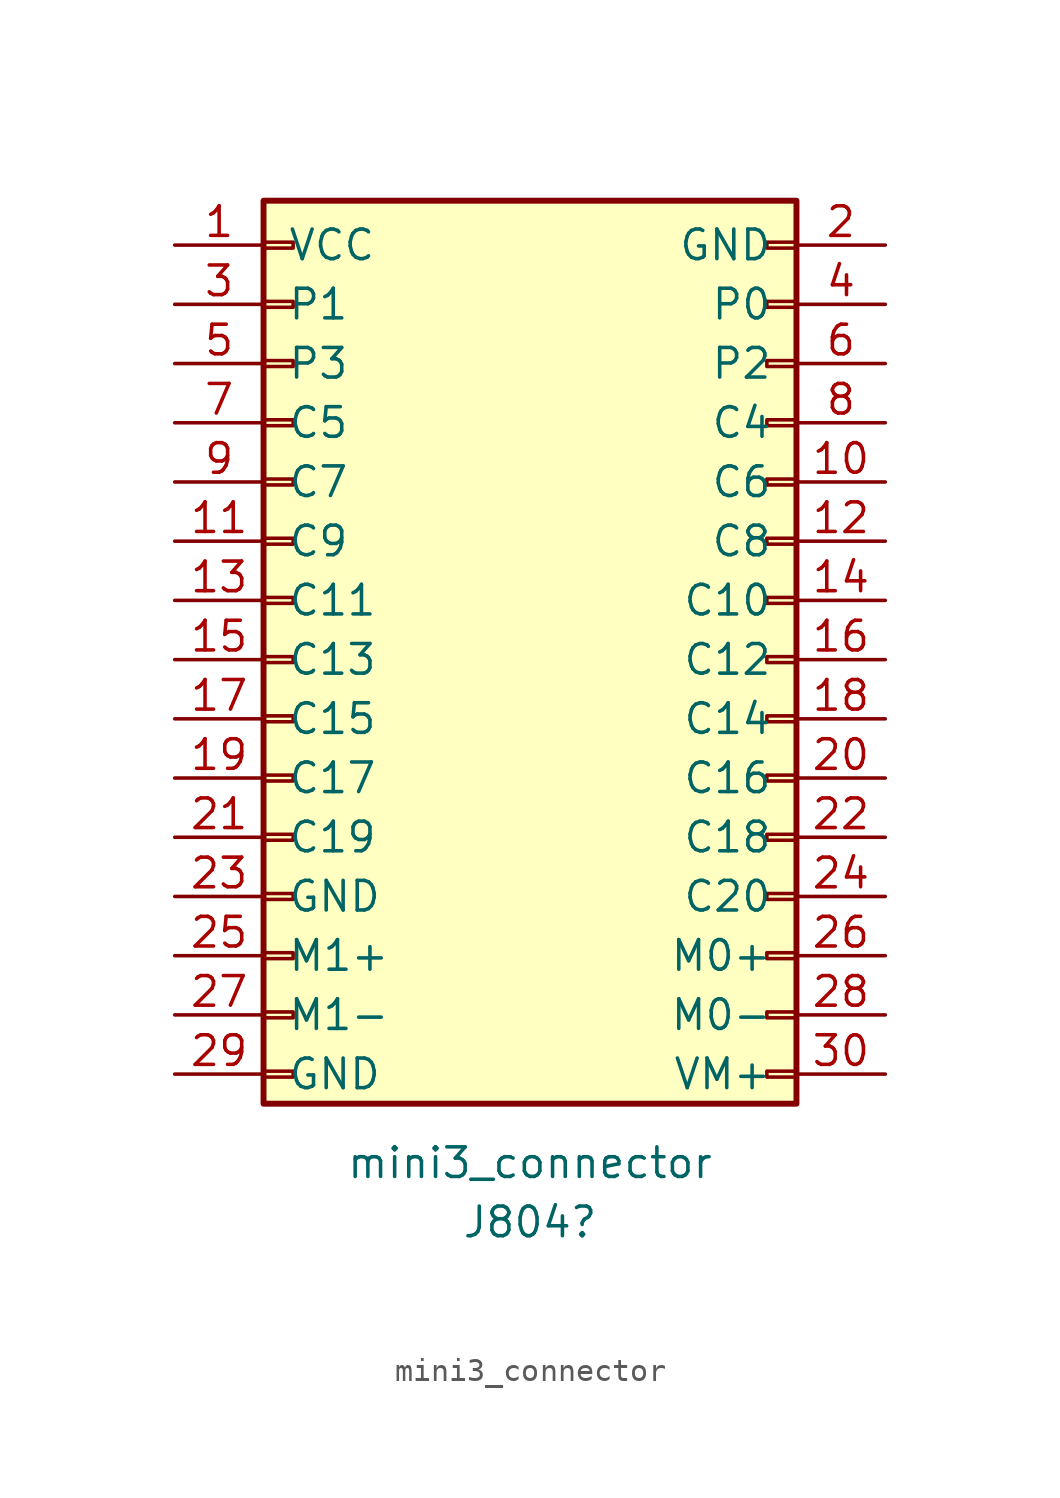
<source format=kicad_sym>
(kicad_symbol_lib
  (version 20211014)
  (generator kicad_symbol_editor)
  (symbol "mini3_connector"
    (pin_names
      (offset 1.016))
    (property "Reference" "J804"
      (at 1.27 -24.13 0)
      (effects (font (size 1.27 1.27))))
    (property "Value" "mini3_connector"
      (at 1.27 -21.59 0)
      (effects (font (size 1.27 1.27))))
    (symbol "mini3_connector_1_1"
      (rectangle (start -10.16 -17.653) (end -8.89 -17.907) (stroke (width 0.152) (type default) (color 0 0 0 0)) (fill (type none)))
      (rectangle (start -10.16 -15.113) (end -8.89 -15.367) (stroke (width 0.152) (type default) (color 0 0 0 0)) (fill (type none)))
      (rectangle (start -10.16 -12.573) (end -8.89 -12.827) (stroke (width 0.152) (type default) (color 0 0 0 0)) (fill (type none)))
      (rectangle (start -10.16 -10.033) (end -8.89 -10.287) (stroke (width 0.152) (type default) (color 0 0 0 0)) (fill (type none)))
      (rectangle (start -10.16 -7.493) (end -8.89 -7.747) (stroke (width 0.152) (type default) (color 0 0 0 0)) (fill (type none)))
      (rectangle (start -10.16 -4.953) (end -8.89 -5.207) (stroke (width 0.152) (type default) (color 0 0 0 0)) (fill (type none)))
      (rectangle (start -10.16 -2.413) (end -8.89 -2.667) (stroke (width 0.152) (type default) (color 0 0 0 0)) (fill (type none)))
      (rectangle (start -10.16 0.127) (end -8.89 -0.127) (stroke (width 0.152) (type default) (color 0 0 0 0)) (fill (type none)))
      (rectangle (start -10.16 2.667) (end -8.89 2.413) (stroke (width 0.152) (type default) (color 0 0 0 0)) (fill (type none)))
      (rectangle (start -10.16 5.207) (end -8.89 4.953) (stroke (width 0.152) (type default) (color 0 0 0 0)) (fill (type none)))
      (rectangle (start -10.16 7.747) (end -8.89 7.493) (stroke (width 0.152) (type default) (color 0 0 0 0)) (fill (type none)))
      (rectangle (start -10.16 10.287) (end -8.89 10.033) (stroke (width 0.152) (type default) (color 0 0 0 0)) (fill (type none)))
      (rectangle (start -10.16 12.827) (end -8.89 12.573) (stroke (width 0.152) (type default) (color 0 0 0 0)) (fill (type none)))
      (rectangle (start -10.16 15.367) (end -8.89 15.113) (stroke (width 0.152) (type default) (color 0 0 0 0)) (fill (type none)))
      (rectangle (start -10.16 17.907) (end -8.89 17.653) (stroke (width 0.152) (type default) (color 0 0 0 0)) (fill (type none)))
      (rectangle (start -10.16 19.685) (end 12.7 -19.05) (stroke (width 0.254) (type default) (color 0 0 0 0)) (fill (type background)))
      (rectangle (start 12.7 -17.653) (end 11.43 -17.907) (stroke (width 0.152) (type default) (color 0 0 0 0)) (fill (type none)))
      (rectangle (start 12.7 -15.113) (end 11.43 -15.367) (stroke (width 0.152) (type default) (color 0 0 0 0)) (fill (type none)))
      (rectangle (start 12.7 -12.573) (end 11.43 -12.827) (stroke (width 0) (type default) (color 0 0 0 0)) (fill (type none)))
      (rectangle (start 12.7 -10.033) (end 11.43 -10.287) (stroke (width 0.152) (type default) (color 0 0 0 0)) (fill (type none)))
      (rectangle (start 12.7 -7.493) (end 11.43 -7.747) (stroke (width 0.152) (type default) (color 0 0 0 0)) (fill (type none)))
      (rectangle (start 12.7 -4.953) (end 11.43 -5.207) (stroke (width 0.152) (type default) (color 0 0 0 0)) (fill (type none)))
      (rectangle (start 12.7 -2.413) (end 11.43 -2.667) (stroke (width 0.152) (type default) (color 0 0 0 0)) (fill (type none)))
      (rectangle (start 12.7 0.127) (end 11.43 -0.127) (stroke (width 0.152) (type default) (color 0 0 0 0)) (fill (type none)))
      (rectangle (start 12.7 2.667) (end 11.43 2.413) (stroke (width 0.152) (type default) (color 0 0 0 0)) (fill (type none)))
      (rectangle (start 12.7 5.207) (end 11.43 4.953) (stroke (width 0.152) (type default) (color 0 0 0 0)) (fill (type none)))
      (rectangle (start 12.7 7.747) (end 11.43 7.493) (stroke (width 0.152) (type default) (color 0 0 0 0)) (fill (type none)))
      (rectangle (start 12.7 10.287) (end 11.43 10.033) (stroke (width 0.152) (type default) (color 0 0 0 0)) (fill (type none)))
      (rectangle (start 12.7 12.827) (end 11.43 12.573) (stroke (width 0.152) (type default) (color 0 0 0 0)) (fill (type none)))
      (rectangle (start 12.7 15.367) (end 11.43 15.113) (stroke (width 0.152) (type default) (color 0 0 0 0)) (fill (type none)))
      (rectangle (start 12.7 17.907) (end 11.43 17.653) (stroke (width 0.152) (type default) (color 0 0 0 0)) (fill (type none)))
      (pin passive line (at -13.97 17.78 0) (length 3.81) (name "VCC" (effects (font (size 1.27 1.27)))) (number "1" (effects (font (size 1.27 1.27)))))
      (pin passive line (at 16.51 7.62 180) (length 3.81) (name "C6" (effects (font (size 1.27 1.27)))) (number "10" (effects (font (size 1.27 1.27)))))
      (pin passive line (at -13.97 5.08 0) (length 3.81) (name "C9" (effects (font (size 1.27 1.27)))) (number "11" (effects (font (size 1.27 1.27)))))
      (pin passive line (at 16.51 5.08 180) (length 3.81) (name "C8" (effects (font (size 1.27 1.27)))) (number "12" (effects (font (size 1.27 1.27)))))
      (pin passive line (at -13.97 2.54 0) (length 3.81) (name "C11" (effects (font (size 1.27 1.27)))) (number "13" (effects (font (size 1.27 1.27)))))
      (pin passive line (at 16.51 2.54 180) (length 3.81) (name "C10" (effects (font (size 1.27 1.27)))) (number "14" (effects (font (size 1.27 1.27)))))
      (pin passive line (at -13.97 0 0) (length 3.81) (name "C13" (effects (font (size 1.27 1.27)))) (number "15" (effects (font (size 1.27 1.27)))))
      (pin passive line (at 16.51 0 180) (length 3.81) (name "C12" (effects (font (size 1.27 1.27)))) (number "16" (effects (font (size 1.27 1.27)))))
      (pin passive line (at -13.97 -2.54 0) (length 3.81) (name "C15" (effects (font (size 1.27 1.27)))) (number "17" (effects (font (size 1.27 1.27)))))
      (pin passive line (at 16.51 -2.54 180) (length 3.81) (name "C14" (effects (font (size 1.27 1.27)))) (number "18" (effects (font (size 1.27 1.27)))))
      (pin passive line (at -13.97 -5.08 0) (length 3.81) (name "C17" (effects (font (size 1.27 1.27)))) (number "19" (effects (font (size 1.27 1.27)))))
      (pin passive line (at 16.51 17.78 180) (length 3.81) (name "GND" (effects (font (size 1.27 1.27)))) (number "2" (effects (font (size 1.27 1.27)))))
      (pin passive line (at 16.51 -5.08 180) (length 3.81) (name "C16" (effects (font (size 1.27 1.27)))) (number "20" (effects (font (size 1.27 1.27)))))
      (pin passive line (at -13.97 -7.62 0) (length 3.81) (name "C19" (effects (font (size 1.27 1.27)))) (number "21" (effects (font (size 1.27 1.27)))))
      (pin passive line (at 16.51 -7.62 180) (length 3.81) (name "C18" (effects (font (size 1.27 1.27)))) (number "22" (effects (font (size 1.27 1.27)))))
      (pin passive line (at -13.97 -10.16 0) (length 3.81) (name "GND" (effects (font (size 1.27 1.27)))) (number "23" (effects (font (size 1.27 1.27)))))
      (pin passive line (at 16.51 -10.16 180) (length 3.81) (name "C20" (effects (font (size 1.27 1.27)))) (number "24" (effects (font (size 1.27 1.27)))))
      (pin passive line (at -13.97 -12.7 0) (length 3.81) (name "M1+" (effects (font (size 1.27 1.27)))) (number "25" (effects (font (size 1.27 1.27)))))
      (pin passive line (at 16.51 -12.7 180) (length 3.81) (name "M0+" (effects (font (size 1.27 1.27)))) (number "26" (effects (font (size 1.27 1.27)))))
      (pin passive line (at -13.97 -15.24 0) (length 3.81) (name "M1-" (effects (font (size 1.27 1.27)))) (number "27" (effects (font (size 1.27 1.27)))))
      (pin passive line (at 16.51 -15.24 180) (length 3.81) (name "M0-" (effects (font (size 1.27 1.27)))) (number "28" (effects (font (size 1.27 1.27)))))
      (pin passive line (at -13.97 -17.78 0) (length 3.81) (name "GND" (effects (font (size 1.27 1.27)))) (number "29" (effects (font (size 1.27 1.27)))))
      (pin passive line (at -13.97 15.24 0) (length 3.81) (name "P1" (effects (font (size 1.27 1.27)))) (number "3" (effects (font (size 1.27 1.27)))))
      (pin passive line (at 16.51 -17.78 180) (length 3.81) (name "VM+" (effects (font (size 1.27 1.27)))) (number "30" (effects (font (size 1.27 1.27)))))
      (pin passive line (at 16.51 15.24 180) (length 3.81) (name "P0" (effects (font (size 1.27 1.27)))) (number "4" (effects (font (size 1.27 1.27)))))
      (pin passive line (at -13.97 12.7 0) (length 3.81) (name "P3" (effects (font (size 1.27 1.27)))) (number "5" (effects (font (size 1.27 1.27)))))
      (pin passive line (at 16.51 12.7 180) (length 3.81) (name "P2" (effects (font (size 1.27 1.27)))) (number "6" (effects (font (size 1.27 1.27)))))
      (pin passive line (at -13.97 10.16 0) (length 3.81) (name "C5" (effects (font (size 1.27 1.27)))) (number "7" (effects (font (size 1.27 1.27)))))
      (pin passive line (at 16.51 10.16 180) (length 3.81) (name "C4" (effects (font (size 1.27 1.27)))) (number "8" (effects (font (size 1.27 1.27)))))
      (pin passive line (at -13.97 7.62 0) (length 3.81) (name "C7" (effects (font (size 1.27 1.27)))) (number "9" (effects (font (size 1.27 1.27))))))))
</source>
